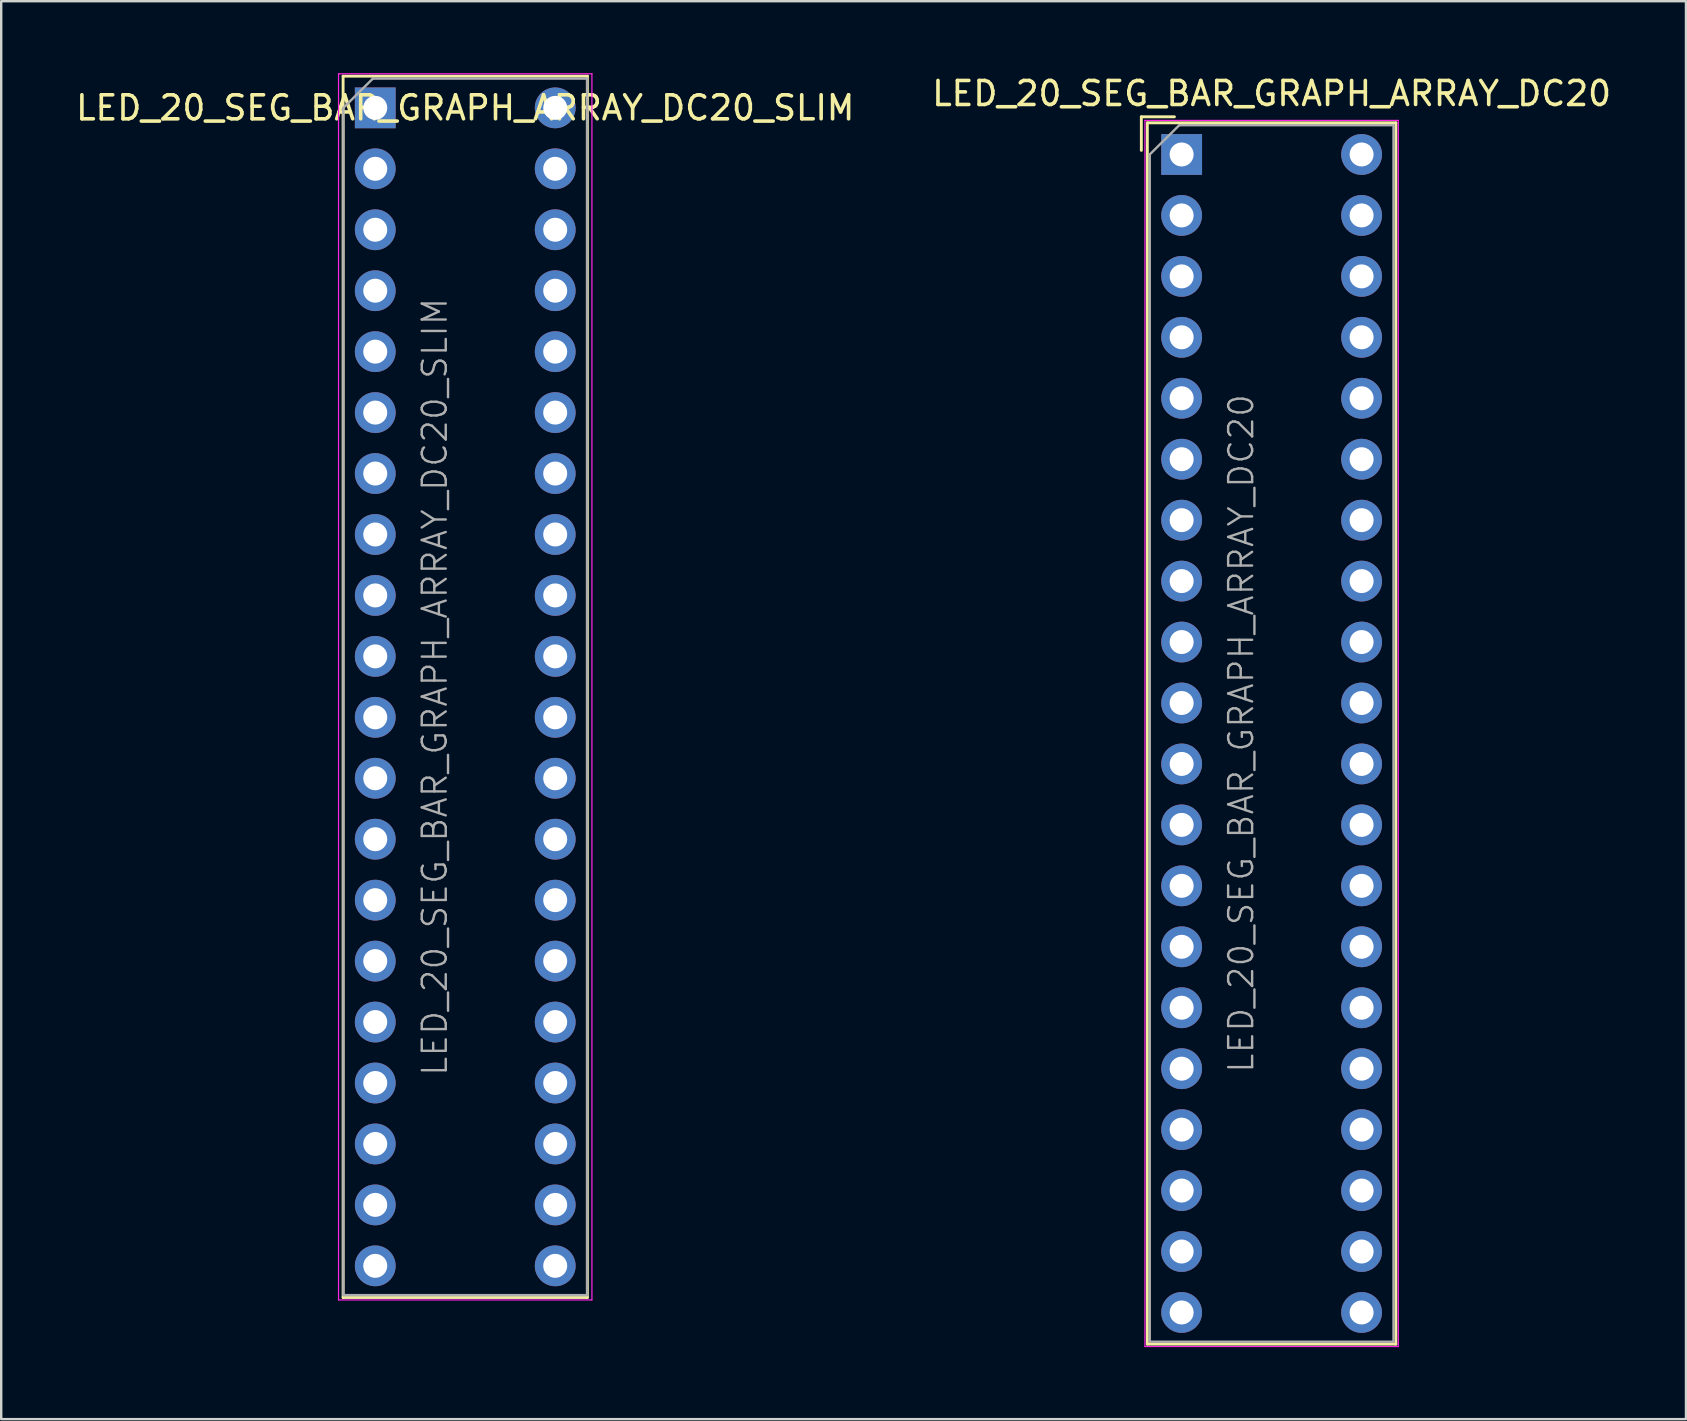
<source format=kicad_pcb>
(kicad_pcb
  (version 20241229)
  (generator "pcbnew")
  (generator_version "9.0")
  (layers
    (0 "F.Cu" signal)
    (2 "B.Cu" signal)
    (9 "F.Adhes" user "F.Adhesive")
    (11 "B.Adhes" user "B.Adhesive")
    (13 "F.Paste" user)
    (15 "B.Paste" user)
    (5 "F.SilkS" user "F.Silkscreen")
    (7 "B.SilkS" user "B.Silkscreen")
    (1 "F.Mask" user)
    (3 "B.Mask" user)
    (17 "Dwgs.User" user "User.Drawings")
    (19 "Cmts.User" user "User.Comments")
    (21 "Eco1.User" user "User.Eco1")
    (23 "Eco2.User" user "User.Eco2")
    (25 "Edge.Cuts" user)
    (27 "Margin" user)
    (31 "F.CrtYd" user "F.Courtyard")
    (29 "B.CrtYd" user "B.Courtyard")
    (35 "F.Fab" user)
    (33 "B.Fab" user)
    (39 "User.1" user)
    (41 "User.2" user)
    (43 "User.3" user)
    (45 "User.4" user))
  (footprint "LED_20_SEG_BAR_GRAPH_ARRAY_DC20"
    (layer "F.Cu")
    (at 49.946 27.518)
    (property "Reference" "LED_20_SEG_BAR_GRAPH_ARRAY_DC20" (at 0 -26.67 0) (unlocked yes) (layer "F.SilkS") (effects (font (size 1 1) (thickness 0.15))))
    (attr through_hole)
    (fp_line (start -5.43 -25.7) (end -5.43 -24.3) (stroke (width 0.12) (type default)) (layer "F.SilkS"))
    (fp_line (start -5.43 -25.7) (end -4.05 -25.7) (stroke (width 0.12) (type default)) (layer "F.SilkS"))
    (fp_line (start -5.18 -25.45) (end 5.18 -25.45) (stroke (width 0.12) (type solid)) (layer "F.SilkS"))
    (fp_line (start -5.18 25.45) (end -5.18 -25.45) (stroke (width 0.12) (type solid)) (layer "F.SilkS"))
    (fp_line (start 5.18 -25.45) (end 5.18 25.45) (stroke (width 0.12) (type solid)) (layer "F.SilkS"))
    (fp_line (start 5.18 25.45) (end -5.18 25.45) (stroke (width 0.12) (type solid)) (layer "F.SilkS"))
    (fp_line (start -5.28 -25.55) (end -5.28 25.55) (stroke (width 0.05) (type solid)) (layer "F.CrtYd"))
    (fp_line (start -5.28 -25.55) (end 5.28 -25.55) (stroke (width 0.05) (type solid)) (layer "F.CrtYd"))
    (fp_line (start -5.28 25.55) (end 5.28 25.55) (stroke (width 0.05) (type solid)) (layer "F.CrtYd"))
    (fp_line (start 5.28 25.55) (end 5.28 -25.55) (stroke (width 0.05) (type solid)) (layer "F.CrtYd"))
    (fp_line (start -5.08 -24.13) (end -5.08 25.35) (stroke (width 0.1) (type solid)) (layer "F.Fab"))
    (fp_line (start -5.08 25.35) (end 5.08 25.35) (stroke (width 0.1) (type solid)) (layer "F.Fab"))
    (fp_line (start -3.85 -25.35) (end -5.08 -24.13) (stroke (width 0.1) (type solid)) (layer "F.Fab"))
    (fp_line (start -3.85 -25.35) (end 5.08 -25.35) (stroke (width 0.1) (type solid)) (layer "F.Fab"))
    (fp_line (start 5.08 -25.35) (end 5.08 25.35) (stroke (width 0.1) (type solid)) (layer "F.Fab"))
    (fp_text user "${REFERENCE}" (at -1.27 0 90) (layer "F.Fab") (effects (font (size 1 1) (thickness 0.1))))
    (pad "1" thru_hole rect (at -3.75 -24.13) (size 1.7 1.7) (drill 1) (layers "*.Cu" "*.Mask"))
    (pad "2" thru_hole circle (at -3.75 -21.59) (size 1.7 1.7) (drill 1) (layers "*.Cu" "*.Mask"))
    (pad "3" thru_hole circle (at -3.75 -19.05) (size 1.7 1.7) (drill 1) (layers "*.Cu" "*.Mask"))
    (pad "4" thru_hole circle (at -3.75 -16.51) (size 1.7 1.7) (drill 1) (layers "*.Cu" "*.Mask"))
    (pad "5" thru_hole circle (at -3.75 -13.97) (size 1.7 1.7) (drill 1) (layers "*.Cu" "*.Mask"))
    (pad "6" thru_hole circle (at -3.75 -11.43) (size 1.7 1.7) (drill 1) (layers "*.Cu" "*.Mask"))
    (pad "7" thru_hole circle (at -3.75 -8.89) (size 1.7 1.7) (drill 1) (layers "*.Cu" "*.Mask"))
    (pad "8" thru_hole circle (at -3.75 -6.35) (size 1.7 1.7) (drill 1) (layers "*.Cu" "*.Mask"))
    (pad "9" thru_hole circle (at -3.75 -3.81) (size 1.7 1.7) (drill 1) (layers "*.Cu" "*.Mask"))
    (pad "10" thru_hole circle (at -3.75 -1.27) (size 1.7 1.7) (drill 1) (layers "*.Cu" "*.Mask"))
    (pad "11" thru_hole circle (at -3.75 1.27) (size 1.7 1.7) (drill 1) (layers "*.Cu" "*.Mask"))
    (pad "12" thru_hole circle (at -3.75 3.81) (size 1.7 1.7) (drill 1) (layers "*.Cu" "*.Mask"))
    (pad "13" thru_hole circle (at -3.75 6.35) (size 1.7 1.7) (drill 1) (layers "*.Cu" "*.Mask"))
    (pad "14" thru_hole circle (at -3.75 8.89) (size 1.7 1.7) (drill 1) (layers "*.Cu" "*.Mask"))
    (pad "15" thru_hole circle (at -3.75 11.43) (size 1.7 1.7) (drill 1) (layers "*.Cu" "*.Mask"))
    (pad "16" thru_hole circle (at -3.75 13.97) (size 1.7 1.7) (drill 1) (layers "*.Cu" "*.Mask"))
    (pad "17" thru_hole circle (at -3.75 16.51) (size 1.7 1.7) (drill 1) (layers "*.Cu" "*.Mask"))
    (pad "18" thru_hole circle (at -3.75 19.05) (size 1.7 1.7) (drill 1) (layers "*.Cu" "*.Mask"))
    (pad "19" thru_hole circle (at -3.75 21.59) (size 1.7 1.7) (drill 1) (layers "*.Cu" "*.Mask"))
    (pad "20" thru_hole circle (at -3.75 24.13) (size 1.7 1.7) (drill 1) (layers "*.Cu" "*.Mask"))
    (pad "21" thru_hole circle (at 3.75 24.13) (size 1.7 1.7) (drill 1) (layers "*.Cu" "*.Mask"))
    (pad "22" thru_hole circle (at 3.75 21.59) (size 1.7 1.7) (drill 1) (layers "*.Cu" "*.Mask"))
    (pad "23" thru_hole circle (at 3.75 19.05) (size 1.7 1.7) (drill 1) (layers "*.Cu" "*.Mask"))
    (pad "24" thru_hole circle (at 3.75 16.51) (size 1.7 1.7) (drill 1) (layers "*.Cu" "*.Mask"))
    (pad "25" thru_hole circle (at 3.75 13.97) (size 1.7 1.7) (drill 1) (layers "*.Cu" "*.Mask"))
    (pad "26" thru_hole circle (at 3.75 11.43) (size 1.7 1.7) (drill 1) (layers "*.Cu" "*.Mask"))
    (pad "27" thru_hole circle (at 3.75 8.89) (size 1.7 1.7) (drill 1) (layers "*.Cu" "*.Mask"))
    (pad "28" thru_hole circle (at 3.75 6.35) (size 1.7 1.7) (drill 1) (layers "*.Cu" "*.Mask"))
    (pad "29" thru_hole circle (at 3.75 3.81) (size 1.7 1.7) (drill 1) (layers "*.Cu" "*.Mask"))
    (pad "30" thru_hole circle (at 3.75 1.27) (size 1.7 1.7) (drill 1) (layers "*.Cu" "*.Mask"))
    (pad "31" thru_hole circle (at 3.75 -1.27) (size 1.7 1.7) (drill 1) (layers "*.Cu" "*.Mask"))
    (pad "32" thru_hole circle (at 3.75 -3.81) (size 1.7 1.7) (drill 1) (layers "*.Cu" "*.Mask"))
    (pad "33" thru_hole circle (at 3.75 -6.35) (size 1.7 1.7) (drill 1) (layers "*.Cu" "*.Mask"))
    (pad "34" thru_hole circle (at 3.75 -8.89) (size 1.7 1.7) (drill 1) (layers "*.Cu" "*.Mask"))
    (pad "35" thru_hole circle (at 3.75 -11.43) (size 1.7 1.7) (drill 1) (layers "*.Cu" "*.Mask"))
    (pad "36" thru_hole circle (at 3.75 -13.97) (size 1.7 1.7) (drill 1) (layers "*.Cu" "*.Mask"))
    (pad "37" thru_hole circle (at 3.75 -16.51) (size 1.7 1.7) (drill 1) (layers "*.Cu" "*.Mask"))
    (pad "38" thru_hole circle (at 3.75 -19.05) (size 1.7 1.7) (drill 1) (layers "*.Cu" "*.Mask"))
    (pad "39" thru_hole circle (at 3.75 -21.59) (size 1.7 1.7) (drill 1) (layers "*.Cu" "*.Mask"))
    (pad "40" thru_hole circle (at 3.75 -24.13) (size 1.7 1.7) (drill 1) (layers "*.Cu" "*.Mask")))
  (footprint "LED_20_SEG_BAR_GRAPH_ARRAY_DC20_SLIM"
    (layer "F.Cu")
    (at 16.339 25.575)
    (property "Reference" "LED_20_SEG_BAR_GRAPH_ARRAY_DC20_SLIM" (at 0 -24.13 0) (unlocked yes) (layer "F.SilkS") (effects (font (size 1 1) (thickness 0.15))))
    (attr through_hole)
    (fp_line (start -5.09 -25.45) (end 5.09 -25.45) (stroke (width 0.12) (type solid)) (layer "F.SilkS"))
    (fp_line (start -5.09 25.45) (end -5.09 -25.45) (stroke (width 0.12) (type default)) (layer "F.SilkS"))
    (fp_line (start 5.09 -25.45) (end 5.09 25.45) (stroke (width 0.12) (type default)) (layer "F.SilkS"))
    (fp_line (start 5.09 25.45) (end -5.09 25.45) (stroke (width 0.12) (type solid)) (layer "F.SilkS"))
    (fp_line (start -5.28 -25.55) (end -5.28 25.55) (stroke (width 0.05) (type solid)) (layer "F.CrtYd"))
    (fp_line (start -5.28 -25.55) (end 5.28 -25.55) (stroke (width 0.05) (type solid)) (layer "F.CrtYd"))
    (fp_line (start -5.28 25.55) (end 5.28 25.55) (stroke (width 0.05) (type solid)) (layer "F.CrtYd"))
    (fp_line (start 5.28 25.55) (end 5.28 -25.55) (stroke (width 0.05) (type solid)) (layer "F.CrtYd"))
    (fp_line (start -5.08 -24.13) (end -5.08 25.35) (stroke (width 0.1) (type solid)) (layer "F.Fab"))
    (fp_line (start -5.08 25.35) (end 5.08 25.35) (stroke (width 0.1) (type solid)) (layer "F.Fab"))
    (fp_line (start -3.85 -25.35) (end -5.08 -24.13) (stroke (width 0.1) (type solid)) (layer "F.Fab"))
    (fp_line (start -3.85 -25.35) (end 5.08 -25.35) (stroke (width 0.1) (type solid)) (layer "F.Fab"))
    (fp_line (start 5.08 -25.35) (end 5.08 25.35) (stroke (width 0.1) (type solid)) (layer "F.Fab"))
    (fp_text user "${REFERENCE}" (at -1.27 0 90) (layer "F.Fab") (effects (font (size 1 1) (thickness 0.1))))
    (pad "1" thru_hole rect (at -3.75 -24.13) (size 1.7 1.7) (drill 1) (layers "*.Cu" "*.Mask"))
    (pad "2" thru_hole circle (at -3.75 -21.59) (size 1.7 1.7) (drill 1) (layers "*.Cu" "*.Mask"))
    (pad "3" thru_hole circle (at -3.75 -19.05) (size 1.7 1.7) (drill 1) (layers "*.Cu" "*.Mask"))
    (pad "4" thru_hole circle (at -3.75 -16.51) (size 1.7 1.7) (drill 1) (layers "*.Cu" "*.Mask"))
    (pad "5" thru_hole circle (at -3.75 -13.97) (size 1.7 1.7) (drill 1) (layers "*.Cu" "*.Mask"))
    (pad "6" thru_hole circle (at -3.75 -11.43) (size 1.7 1.7) (drill 1) (layers "*.Cu" "*.Mask"))
    (pad "7" thru_hole circle (at -3.75 -8.89) (size 1.7 1.7) (drill 1) (layers "*.Cu" "*.Mask"))
    (pad "8" thru_hole circle (at -3.75 -6.35) (size 1.7 1.7) (drill 1) (layers "*.Cu" "*.Mask"))
    (pad "9" thru_hole circle (at -3.75 -3.81) (size 1.7 1.7) (drill 1) (layers "*.Cu" "*.Mask"))
    (pad "10" thru_hole circle (at -3.75 -1.27) (size 1.7 1.7) (drill 1) (layers "*.Cu" "*.Mask"))
    (pad "11" thru_hole circle (at -3.75 1.27) (size 1.7 1.7) (drill 1) (layers "*.Cu" "*.Mask"))
    (pad "12" thru_hole circle (at -3.75 3.81) (size 1.7 1.7) (drill 1) (layers "*.Cu" "*.Mask"))
    (pad "13" thru_hole circle (at -3.75 6.35) (size 1.7 1.7) (drill 1) (layers "*.Cu" "*.Mask"))
    (pad "14" thru_hole circle (at -3.75 8.89) (size 1.7 1.7) (drill 1) (layers "*.Cu" "*.Mask"))
    (pad "15" thru_hole circle (at -3.75 11.43) (size 1.7 1.7) (drill 1) (layers "*.Cu" "*.Mask"))
    (pad "16" thru_hole circle (at -3.75 13.97) (size 1.7 1.7) (drill 1) (layers "*.Cu" "*.Mask"))
    (pad "17" thru_hole circle (at -3.75 16.51) (size 1.7 1.7) (drill 1) (layers "*.Cu" "*.Mask"))
    (pad "18" thru_hole circle (at -3.75 19.05) (size 1.7 1.7) (drill 1) (layers "*.Cu" "*.Mask"))
    (pad "19" thru_hole circle (at -3.75 21.59) (size 1.7 1.7) (drill 1) (layers "*.Cu" "*.Mask"))
    (pad "20" thru_hole circle (at -3.75 24.13) (size 1.7 1.7) (drill 1) (layers "*.Cu" "*.Mask"))
    (pad "21" thru_hole circle (at 3.75 24.13) (size 1.7 1.7) (drill 1) (layers "*.Cu" "*.Mask"))
    (pad "22" thru_hole circle (at 3.75 21.59) (size 1.7 1.7) (drill 1) (layers "*.Cu" "*.Mask"))
    (pad "23" thru_hole circle (at 3.75 19.05) (size 1.7 1.7) (drill 1) (layers "*.Cu" "*.Mask"))
    (pad "24" thru_hole circle (at 3.75 16.51) (size 1.7 1.7) (drill 1) (layers "*.Cu" "*.Mask"))
    (pad "25" thru_hole circle (at 3.75 13.97) (size 1.7 1.7) (drill 1) (layers "*.Cu" "*.Mask"))
    (pad "26" thru_hole circle (at 3.75 11.43) (size 1.7 1.7) (drill 1) (layers "*.Cu" "*.Mask"))
    (pad "27" thru_hole circle (at 3.75 8.89) (size 1.7 1.7) (drill 1) (layers "*.Cu" "*.Mask"))
    (pad "28" thru_hole circle (at 3.75 6.35) (size 1.7 1.7) (drill 1) (layers "*.Cu" "*.Mask"))
    (pad "29" thru_hole circle (at 3.75 3.81) (size 1.7 1.7) (drill 1) (layers "*.Cu" "*.Mask"))
    (pad "30" thru_hole circle (at 3.75 1.27) (size 1.7 1.7) (drill 1) (layers "*.Cu" "*.Mask"))
    (pad "31" thru_hole circle (at 3.75 -1.27) (size 1.7 1.7) (drill 1) (layers "*.Cu" "*.Mask"))
    (pad "32" thru_hole circle (at 3.75 -3.81) (size 1.7 1.7) (drill 1) (layers "*.Cu" "*.Mask"))
    (pad "33" thru_hole circle (at 3.75 -6.35) (size 1.7 1.7) (drill 1) (layers "*.Cu" "*.Mask"))
    (pad "34" thru_hole circle (at 3.75 -8.89) (size 1.7 1.7) (drill 1) (layers "*.Cu" "*.Mask"))
    (pad "35" thru_hole circle (at 3.75 -11.43) (size 1.7 1.7) (drill 1) (layers "*.Cu" "*.Mask"))
    (pad "36" thru_hole circle (at 3.75 -13.97) (size 1.7 1.7) (drill 1) (layers "*.Cu" "*.Mask"))
    (pad "37" thru_hole circle (at 3.75 -16.51) (size 1.7 1.7) (drill 1) (layers "*.Cu" "*.Mask"))
    (pad "38" thru_hole circle (at 3.75 -19.05) (size 1.7 1.7) (drill 1) (layers "*.Cu" "*.Mask"))
    (pad "39" thru_hole circle (at 3.75 -21.59) (size 1.7 1.7) (drill 1) (layers "*.Cu" "*.Mask"))
    (pad "40" thru_hole circle (at 3.75 -24.13) (size 1.7 1.7) (drill 1) (layers "*.Cu" "*.Mask")))
  (gr_rect
    (start -3 -3)
    (end 67.214 56.093)
    (stroke (width 0.1) (type default))
    (fill no)
    (layer "Edge.Cuts")))
</source>
